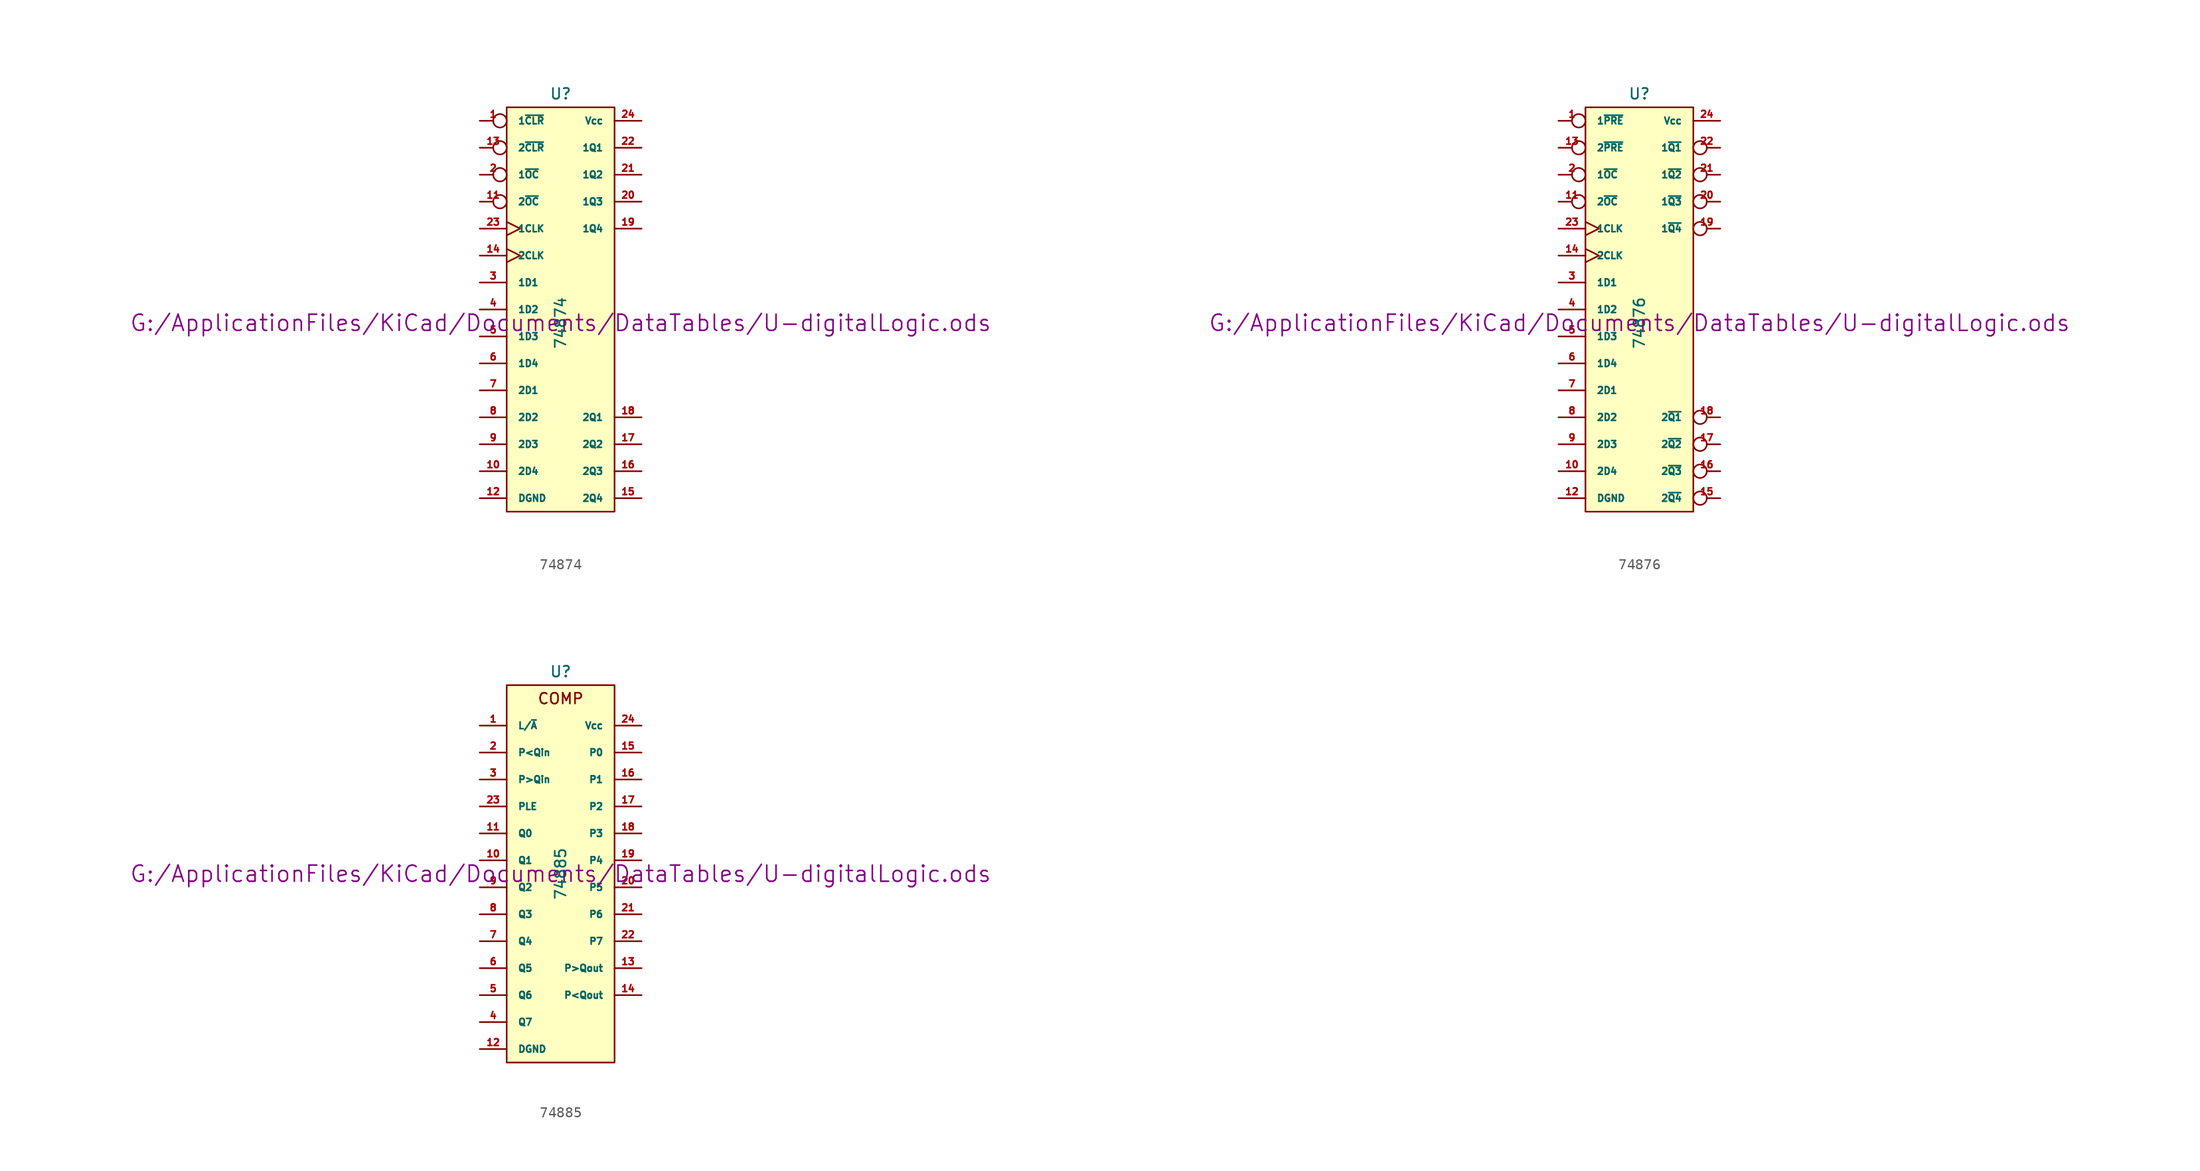
<source format=kicad_sym>
(kicad_symbol_lib
  (version 20211014)
  (generator kicad_symbol_editor)
  (symbol "74874"
    (pin_names
      (offset 1.016))
    (property "Reference" "U"
      (at 0 21.59 0)
      (effects (font (size 1.016 1.016))))
    (property "Value" "74874"
      (at 0 0 90)
      (effects (font (size 1.016 1.016))))
    (property "Footprint" ""
      (at 0 0 0)
      (effects (font (size 1.524 1.524))))
    (property "Datasheet" "G:/ApplicationFiles/KiCad/Documents/DataTables/U-digitalLogic.ods"
      (at 0 0 0)
      (effects (font (size 1.524 1.524))))
    (symbol "74874_0_1"
      (rectangle (start -5.08 20.32) (end 5.08 -17.78) (stroke (width 0) (type default) (color 0 0 0 0)) (fill (type background))))
    (symbol "74874_1_1"
      (pin input inverted (at -7.62 19.05 0) (length 2.54) (name "1~{CLR}" (effects (font (size 0.635 0.635)))) (number "1" (effects (font (size 0.635 0.635)))))
      (pin input line (at -7.62 -13.97 0) (length 2.54) (name "2D4" (effects (font (size 0.635 0.635)))) (number "10" (effects (font (size 0.635 0.635)))))
      (pin input inverted (at -7.62 11.43 0) (length 2.54) (name "2~{OC}" (effects (font (size 0.635 0.635)))) (number "11" (effects (font (size 0.635 0.635)))))
      (pin power_in line (at -7.62 -16.51 0) (length 2.54) (name "DGND" (effects (font (size 0.635 0.635)))) (number "12" (effects (font (size 0.635 0.635)))))
      (pin input inverted (at -7.62 16.51 0) (length 2.54) (name "2~{CLR}" (effects (font (size 0.635 0.635)))) (number "13" (effects (font (size 0.635 0.635)))))
      (pin input clock (at -7.62 6.35 0) (length 2.54) (name "2CLK" (effects (font (size 0.635 0.635)))) (number "14" (effects (font (size 0.635 0.635)))))
      (pin tri_state line (at 7.62 -16.51 180) (length 2.54) (name "2Q4" (effects (font (size 0.635 0.635)))) (number "15" (effects (font (size 0.635 0.635)))))
      (pin tri_state line (at 7.62 -13.97 180) (length 2.54) (name "2Q3" (effects (font (size 0.635 0.635)))) (number "16" (effects (font (size 0.635 0.635)))))
      (pin tri_state line (at 7.62 -11.43 180) (length 2.54) (name "2Q2" (effects (font (size 0.635 0.635)))) (number "17" (effects (font (size 0.635 0.635)))))
      (pin tri_state line (at 7.62 -8.89 180) (length 2.54) (name "2Q1" (effects (font (size 0.635 0.635)))) (number "18" (effects (font (size 0.635 0.635)))))
      (pin tri_state line (at 7.62 8.89 180) (length 2.54) (name "1Q4" (effects (font (size 0.635 0.635)))) (number "19" (effects (font (size 0.635 0.635)))))
      (pin input inverted (at -7.62 13.97 0) (length 2.54) (name "1~{OC}" (effects (font (size 0.635 0.635)))) (number "2" (effects (font (size 0.635 0.635)))))
      (pin tri_state line (at 7.62 11.43 180) (length 2.54) (name "1Q3" (effects (font (size 0.635 0.635)))) (number "20" (effects (font (size 0.635 0.635)))))
      (pin tri_state line (at 7.62 13.97 180) (length 2.54) (name "1Q2" (effects (font (size 0.635 0.635)))) (number "21" (effects (font (size 0.635 0.635)))))
      (pin tri_state line (at 7.62 16.51 180) (length 2.54) (name "1Q1" (effects (font (size 0.635 0.635)))) (number "22" (effects (font (size 0.635 0.635)))))
      (pin input clock (at -7.62 8.89 0) (length 2.54) (name "1CLK" (effects (font (size 0.635 0.635)))) (number "23" (effects (font (size 0.635 0.635)))))
      (pin power_in line (at 7.62 19.05 180) (length 2.54) (name "Vcc" (effects (font (size 0.635 0.635)))) (number "24" (effects (font (size 0.635 0.635)))))
      (pin input line (at -7.62 3.81 0) (length 2.54) (name "1D1" (effects (font (size 0.635 0.635)))) (number "3" (effects (font (size 0.635 0.635)))))
      (pin input line (at -7.62 1.27 0) (length 2.54) (name "1D2" (effects (font (size 0.635 0.635)))) (number "4" (effects (font (size 0.635 0.635)))))
      (pin input line (at -7.62 -1.27 0) (length 2.54) (name "1D3" (effects (font (size 0.635 0.635)))) (number "5" (effects (font (size 0.635 0.635)))))
      (pin input line (at -7.62 -3.81 0) (length 2.54) (name "1D4" (effects (font (size 0.635 0.635)))) (number "6" (effects (font (size 0.635 0.635)))))
      (pin input line (at -7.62 -6.35 0) (length 2.54) (name "2D1" (effects (font (size 0.635 0.635)))) (number "7" (effects (font (size 0.635 0.635)))))
      (pin input line (at -7.62 -8.89 0) (length 2.54) (name "2D2" (effects (font (size 0.635 0.635)))) (number "8" (effects (font (size 0.635 0.635)))))
      (pin input line (at -7.62 -11.43 0) (length 2.54) (name "2D3" (effects (font (size 0.635 0.635)))) (number "9" (effects (font (size 0.635 0.635)))))))
  (symbol "74876"
    (pin_names
      (offset 1.016))
    (property "Reference" "U"
      (at 0 21.59 0)
      (effects (font (size 1.016 1.016))))
    (property "Value" "74876"
      (at 0 0 90)
      (effects (font (size 1.016 1.016))))
    (property "Footprint" ""
      (at 0 0 0)
      (effects (font (size 1.524 1.524))))
    (property "Datasheet" "G:/ApplicationFiles/KiCad/Documents/DataTables/U-digitalLogic.ods"
      (at 0 0 0)
      (effects (font (size 1.524 1.524))))
    (symbol "74876_0_1"
      (rectangle (start -5.08 20.32) (end 5.08 -17.78) (stroke (width 0) (type default) (color 0 0 0 0)) (fill (type background))))
    (symbol "74876_1_1"
      (pin input inverted (at -7.62 19.05 0) (length 2.54) (name "1~{PRE}" (effects (font (size 0.635 0.635)))) (number "1" (effects (font (size 0.635 0.635)))))
      (pin input line (at -7.62 -13.97 0) (length 2.54) (name "2D4" (effects (font (size 0.635 0.635)))) (number "10" (effects (font (size 0.635 0.635)))))
      (pin input inverted (at -7.62 11.43 0) (length 2.54) (name "2~{OC}" (effects (font (size 0.635 0.635)))) (number "11" (effects (font (size 0.635 0.635)))))
      (pin power_in line (at -7.62 -16.51 0) (length 2.54) (name "DGND" (effects (font (size 0.635 0.635)))) (number "12" (effects (font (size 0.635 0.635)))))
      (pin input inverted (at -7.62 16.51 0) (length 2.54) (name "2~{PRE}" (effects (font (size 0.635 0.635)))) (number "13" (effects (font (size 0.635 0.635)))))
      (pin input clock (at -7.62 6.35 0) (length 2.54) (name "2CLK" (effects (font (size 0.635 0.635)))) (number "14" (effects (font (size 0.635 0.635)))))
      (pin tri_state inverted (at 7.62 -16.51 180) (length 2.54) (name "2~{Q4}" (effects (font (size 0.635 0.635)))) (number "15" (effects (font (size 0.635 0.635)))))
      (pin tri_state inverted (at 7.62 -13.97 180) (length 2.54) (name "2~{Q3}" (effects (font (size 0.635 0.635)))) (number "16" (effects (font (size 0.635 0.635)))))
      (pin tri_state inverted (at 7.62 -11.43 180) (length 2.54) (name "2~{Q2}" (effects (font (size 0.635 0.635)))) (number "17" (effects (font (size 0.635 0.635)))))
      (pin tri_state inverted (at 7.62 -8.89 180) (length 2.54) (name "2~{Q1}" (effects (font (size 0.635 0.635)))) (number "18" (effects (font (size 0.635 0.635)))))
      (pin tri_state inverted (at 7.62 8.89 180) (length 2.54) (name "1~{Q4}" (effects (font (size 0.635 0.635)))) (number "19" (effects (font (size 0.635 0.635)))))
      (pin input inverted (at -7.62 13.97 0) (length 2.54) (name "1~{OC}" (effects (font (size 0.635 0.635)))) (number "2" (effects (font (size 0.635 0.635)))))
      (pin tri_state inverted (at 7.62 11.43 180) (length 2.54) (name "1~{Q3}" (effects (font (size 0.635 0.635)))) (number "20" (effects (font (size 0.635 0.635)))))
      (pin tri_state inverted (at 7.62 13.97 180) (length 2.54) (name "1~{Q2}" (effects (font (size 0.635 0.635)))) (number "21" (effects (font (size 0.635 0.635)))))
      (pin tri_state inverted (at 7.62 16.51 180) (length 2.54) (name "1~{Q1}" (effects (font (size 0.635 0.635)))) (number "22" (effects (font (size 0.635 0.635)))))
      (pin input clock (at -7.62 8.89 0) (length 2.54) (name "1CLK" (effects (font (size 0.635 0.635)))) (number "23" (effects (font (size 0.635 0.635)))))
      (pin power_in line (at 7.62 19.05 180) (length 2.54) (name "Vcc" (effects (font (size 0.635 0.635)))) (number "24" (effects (font (size 0.635 0.635)))))
      (pin input line (at -7.62 3.81 0) (length 2.54) (name "1D1" (effects (font (size 0.635 0.635)))) (number "3" (effects (font (size 0.635 0.635)))))
      (pin input line (at -7.62 1.27 0) (length 2.54) (name "1D2" (effects (font (size 0.635 0.635)))) (number "4" (effects (font (size 0.635 0.635)))))
      (pin input line (at -7.62 -1.27 0) (length 2.54) (name "1D3" (effects (font (size 0.635 0.635)))) (number "5" (effects (font (size 0.635 0.635)))))
      (pin input line (at -7.62 -3.81 0) (length 2.54) (name "1D4" (effects (font (size 0.635 0.635)))) (number "6" (effects (font (size 0.635 0.635)))))
      (pin input line (at -7.62 -6.35 0) (length 2.54) (name "2D1" (effects (font (size 0.635 0.635)))) (number "7" (effects (font (size 0.635 0.635)))))
      (pin input line (at -7.62 -8.89 0) (length 2.54) (name "2D2" (effects (font (size 0.635 0.635)))) (number "8" (effects (font (size 0.635 0.635)))))
      (pin input line (at -7.62 -11.43 0) (length 2.54) (name "2D3" (effects (font (size 0.635 0.635)))) (number "9" (effects (font (size 0.635 0.635)))))))
  (symbol "74885"
    (pin_names
      (offset 1.016))
    (property "Reference" "U"
      (at 0 19.05 0)
      (effects (font (size 1.016 1.016))))
    (property "Value" "74885"
      (at 0 0 90)
      (effects (font (size 1.016 1.016))))
    (property "Footprint" ""
      (at 0 0 0)
      (effects (font (size 1.524 1.524))))
    (property "Datasheet" "G:/ApplicationFiles/KiCad/Documents/DataTables/U-digitalLogic.ods"
      (at 0 0 0)
      (effects (font (size 1.524 1.524))))
    (symbol "74885_0_0"
      (text "COMP" (at 0 16.51 0) (effects (font (size 1.016 1.016)))))
    (symbol "74885_0_1"
      (rectangle (start -5.08 17.78) (end 5.08 -17.78) (stroke (width 0) (type default) (color 0 0 0 0)) (fill (type background))))
    (symbol "74885_1_1"
      (pin input line (at -7.62 13.97 0) (length 2.54) (name "L/~{A}" (effects (font (size 0.635 0.635)))) (number "1" (effects (font (size 0.635 0.635)))))
      (pin input line (at -7.62 1.27 0) (length 2.54) (name "Q1" (effects (font (size 0.635 0.635)))) (number "10" (effects (font (size 0.635 0.635)))))
      (pin input line (at -7.62 3.81 0) (length 2.54) (name "Q0" (effects (font (size 0.635 0.635)))) (number "11" (effects (font (size 0.635 0.635)))))
      (pin power_in line (at -7.62 -16.51 0) (length 2.54) (name "DGND" (effects (font (size 0.635 0.635)))) (number "12" (effects (font (size 0.635 0.635)))))
      (pin output line (at 7.62 -8.89 180) (length 2.54) (name "P>Qout" (effects (font (size 0.635 0.635)))) (number "13" (effects (font (size 0.635 0.635)))))
      (pin output line (at 7.62 -11.43 180) (length 2.54) (name "P<Qout" (effects (font (size 0.635 0.635)))) (number "14" (effects (font (size 0.635 0.635)))))
      (pin input line (at 7.62 11.43 180) (length 2.54) (name "P0" (effects (font (size 0.635 0.635)))) (number "15" (effects (font (size 0.635 0.635)))))
      (pin input line (at 7.62 8.89 180) (length 2.54) (name "P1" (effects (font (size 0.635 0.635)))) (number "16" (effects (font (size 0.635 0.635)))))
      (pin input line (at 7.62 6.35 180) (length 2.54) (name "P2" (effects (font (size 0.635 0.635)))) (number "17" (effects (font (size 0.635 0.635)))))
      (pin input line (at 7.62 3.81 180) (length 2.54) (name "P3" (effects (font (size 0.635 0.635)))) (number "18" (effects (font (size 0.635 0.635)))))
      (pin input line (at 7.62 1.27 180) (length 2.54) (name "P4" (effects (font (size 0.635 0.635)))) (number "19" (effects (font (size 0.635 0.635)))))
      (pin input line (at -7.62 11.43 0) (length 2.54) (name "P<Qin" (effects (font (size 0.635 0.635)))) (number "2" (effects (font (size 0.635 0.635)))))
      (pin input line (at 7.62 -1.27 180) (length 2.54) (name "P5" (effects (font (size 0.635 0.635)))) (number "20" (effects (font (size 0.635 0.635)))))
      (pin input line (at 7.62 -3.81 180) (length 2.54) (name "P6" (effects (font (size 0.635 0.635)))) (number "21" (effects (font (size 0.635 0.635)))))
      (pin input line (at 7.62 -6.35 180) (length 2.54) (name "P7" (effects (font (size 0.635 0.635)))) (number "22" (effects (font (size 0.635 0.635)))))
      (pin input line (at -7.62 6.35 0) (length 2.54) (name "PLE" (effects (font (size 0.635 0.635)))) (number "23" (effects (font (size 0.635 0.635)))))
      (pin power_in line (at 7.62 13.97 180) (length 2.54) (name "Vcc" (effects (font (size 0.635 0.635)))) (number "24" (effects (font (size 0.635 0.635)))))
      (pin input line (at -7.62 8.89 0) (length 2.54) (name "P>Qin" (effects (font (size 0.635 0.635)))) (number "3" (effects (font (size 0.635 0.635)))))
      (pin input line (at -7.62 -13.97 0) (length 2.54) (name "Q7" (effects (font (size 0.635 0.635)))) (number "4" (effects (font (size 0.635 0.635)))))
      (pin input line (at -7.62 -11.43 0) (length 2.54) (name "Q6" (effects (font (size 0.635 0.635)))) (number "5" (effects (font (size 0.635 0.635)))))
      (pin input line (at -7.62 -8.89 0) (length 2.54) (name "Q5" (effects (font (size 0.635 0.635)))) (number "6" (effects (font (size 0.635 0.635)))))
      (pin input line (at -7.62 -6.35 0) (length 2.54) (name "Q4" (effects (font (size 0.635 0.635)))) (number "7" (effects (font (size 0.635 0.635)))))
      (pin input line (at -7.62 -3.81 0) (length 2.54) (name "Q3" (effects (font (size 0.635 0.635)))) (number "8" (effects (font (size 0.635 0.635)))))
      (pin input line (at -7.62 -1.27 0) (length 2.54) (name "Q2" (effects (font (size 0.635 0.635)))) (number "9" (effects (font (size 0.635 0.635))))))))
</source>
